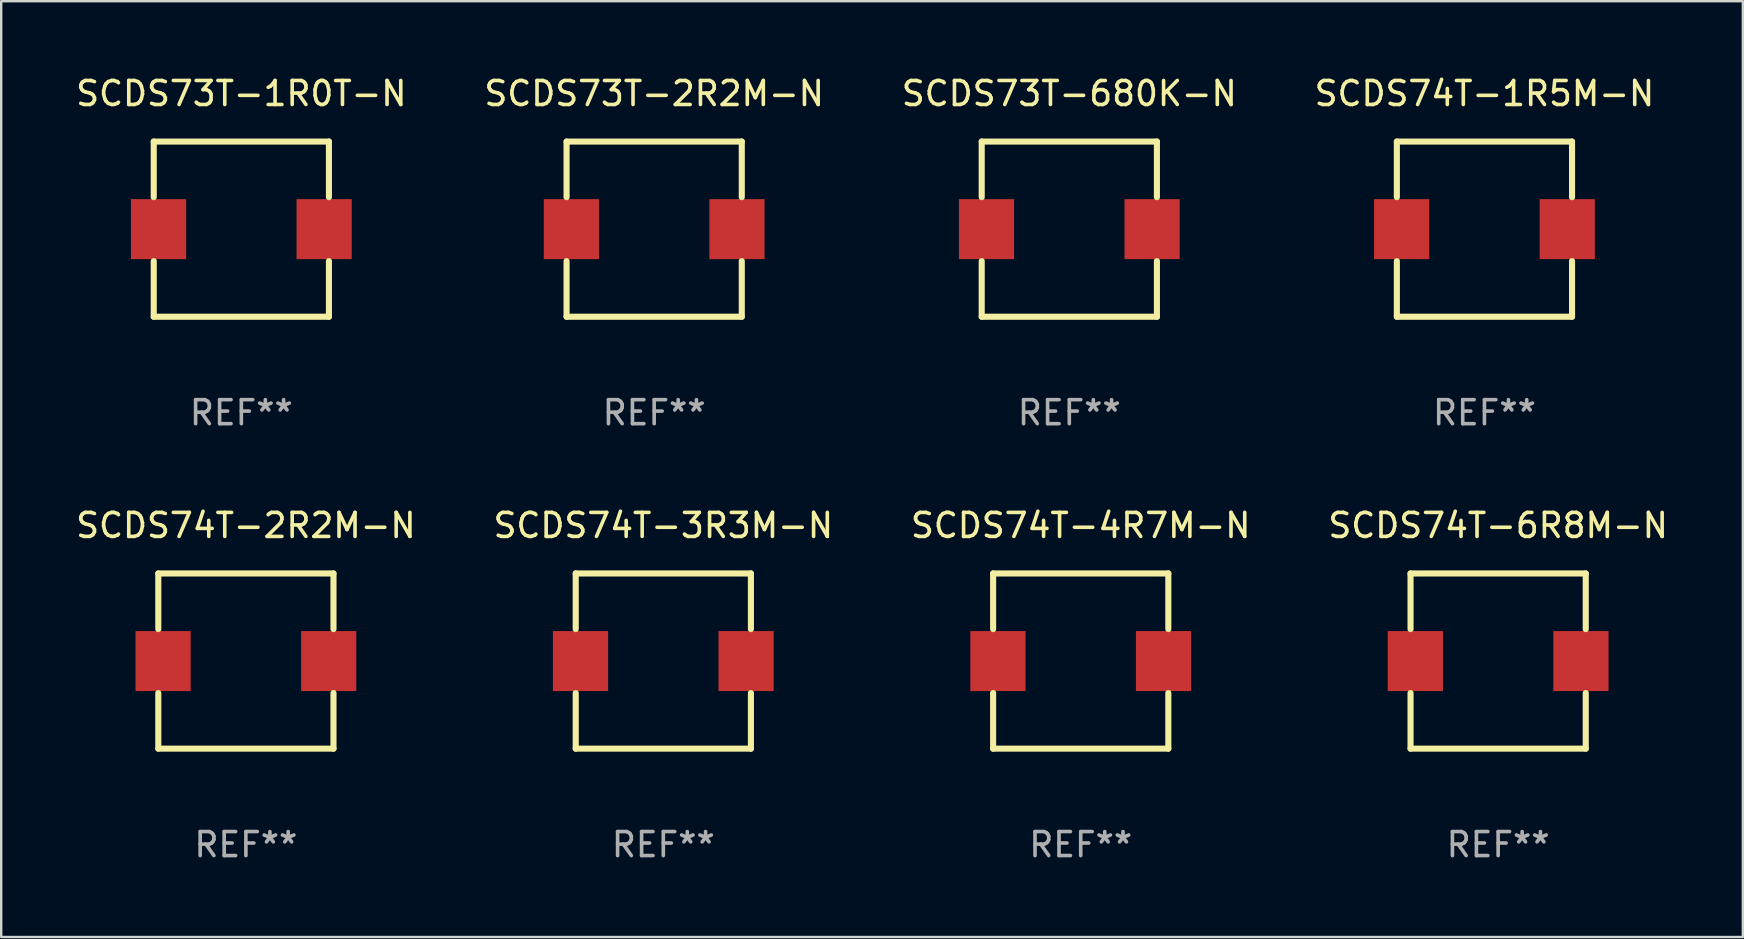
<source format=kicad_pcb>
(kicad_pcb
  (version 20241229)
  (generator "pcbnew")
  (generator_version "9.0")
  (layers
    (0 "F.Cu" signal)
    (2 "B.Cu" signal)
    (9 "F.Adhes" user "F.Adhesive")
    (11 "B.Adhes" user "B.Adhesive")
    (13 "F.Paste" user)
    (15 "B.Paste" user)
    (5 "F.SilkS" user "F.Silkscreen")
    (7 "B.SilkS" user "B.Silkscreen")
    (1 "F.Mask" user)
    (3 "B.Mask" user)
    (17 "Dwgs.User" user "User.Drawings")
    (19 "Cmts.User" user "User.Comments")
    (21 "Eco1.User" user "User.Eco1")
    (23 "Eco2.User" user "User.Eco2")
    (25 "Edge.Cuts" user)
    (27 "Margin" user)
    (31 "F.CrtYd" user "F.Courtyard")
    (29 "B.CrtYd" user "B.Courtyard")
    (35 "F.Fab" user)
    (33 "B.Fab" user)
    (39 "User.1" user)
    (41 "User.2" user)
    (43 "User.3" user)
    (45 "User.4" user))
  (footprint "SCDS73T-2R2M-N"
    (layer "F.Cu")
    (at 24.208 6.498)
    (property "Reference" "SCDS73T-2R2M-N" (at 0 -5.65 0) (layer "F.SilkS") (effects (font (size 1 1) (thickness 0.15))))
    (attr through_hole)
    (fp_line (start -3.65 -3.65) (end 3.65 -3.65) (stroke (width 0.254) (type solid)) (layer "F.SilkS"))
    (fp_line (start -3.65 -1.331) (end -3.65 -3.65) (stroke (width 0.254) (type solid)) (layer "F.SilkS"))
    (fp_line (start -3.65 3.65) (end -3.65 1.331) (stroke (width 0.254) (type solid)) (layer "F.SilkS"))
    (fp_line (start 3.65 -3.65) (end 3.65 -1.331) (stroke (width 0.254) (type solid)) (layer "F.SilkS"))
    (fp_line (start 3.65 1.331) (end 3.65 3.65) (stroke (width 0.254) (type solid)) (layer "F.SilkS"))
    (fp_line (start 3.65 3.65) (end -3.65 3.65) (stroke (width 0.254) (type solid)) (layer "F.SilkS"))
    (fp_circle (center -3.65 3.65) (end -3.62 3.65) (stroke (width 0.06) (type solid)) (fill no) (layer "F.SilkS"))
    (fp_text user "REF**" (at 0 7.65 0) (layer "F.Fab") (effects (font (size 1 1) (thickness 0.15))))
    (pad "1" smd rect (at -3.45 0) (size 2.3 2.5) (layers "F.Cu" "F.Mask" "F.Paste"))
    (pad "2" smd rect (at 3.45 0) (size 2.3 2.5) (layers "F.Cu" "F.Mask" "F.Paste")))
  (footprint "SCDS74T-1R5M-N"
    (layer "F.Cu")
    (at 58.804 6.498)
    (property "Reference" "SCDS74T-1R5M-N" (at 0 -5.65 0) (layer "F.SilkS") (effects (font (size 1 1) (thickness 0.15))))
    (attr through_hole)
    (fp_line (start -3.65 -3.65) (end 3.65 -3.65) (stroke (width 0.254) (type solid)) (layer "F.SilkS"))
    (fp_line (start -3.65 -1.331) (end -3.65 -3.65) (stroke (width 0.254) (type solid)) (layer "F.SilkS"))
    (fp_line (start -3.65 3.65) (end -3.65 1.331) (stroke (width 0.254) (type solid)) (layer "F.SilkS"))
    (fp_line (start 3.65 -3.65) (end 3.65 -1.331) (stroke (width 0.254) (type solid)) (layer "F.SilkS"))
    (fp_line (start 3.65 1.331) (end 3.65 3.65) (stroke (width 0.254) (type solid)) (layer "F.SilkS"))
    (fp_line (start 3.65 3.65) (end -3.65 3.65) (stroke (width 0.254) (type solid)) (layer "F.SilkS"))
    (fp_circle (center -3.65 3.65) (end -3.62 3.65) (stroke (width 0.06) (type solid)) (fill no) (layer "F.SilkS"))
    (fp_text user "REF**" (at 0 7.65 0) (layer "F.Fab") (effects (font (size 1 1) (thickness 0.15))))
    (pad "1" smd rect (at -3.45 0) (size 2.3 2.5) (layers "F.Cu" "F.Mask" "F.Paste"))
    (pad "2" smd rect (at 3.45 0) (size 2.3 2.5) (layers "F.Cu" "F.Mask" "F.Paste")))
  (footprint "SCDS74T-6R8M-N"
    (layer "F.Cu")
    (at 59.375 24.495)
    (property "Reference" "SCDS74T-6R8M-N" (at 0 -5.65 0) (layer "F.SilkS") (effects (font (size 1 1) (thickness 0.15))))
    (attr through_hole)
    (fp_line (start -3.65 -3.65) (end 3.65 -3.65) (stroke (width 0.254) (type solid)) (layer "F.SilkS"))
    (fp_line (start -3.65 -1.331) (end -3.65 -3.65) (stroke (width 0.254) (type solid)) (layer "F.SilkS"))
    (fp_line (start -3.65 3.65) (end -3.65 1.331) (stroke (width 0.254) (type solid)) (layer "F.SilkS"))
    (fp_line (start 3.65 -3.65) (end 3.65 -1.331) (stroke (width 0.254) (type solid)) (layer "F.SilkS"))
    (fp_line (start 3.65 1.331) (end 3.65 3.65) (stroke (width 0.254) (type solid)) (layer "F.SilkS"))
    (fp_line (start 3.65 3.65) (end -3.65 3.65) (stroke (width 0.254) (type solid)) (layer "F.SilkS"))
    (fp_circle (center -3.65 3.65) (end -3.62 3.65) (stroke (width 0.06) (type solid)) (fill no) (layer "F.SilkS"))
    (fp_text user "REF**" (at 0 7.65 0) (layer "F.Fab") (effects (font (size 1 1) (thickness 0.15))))
    (pad "1" smd rect (at -3.45 0) (size 2.3 2.5) (layers "F.Cu" "F.Mask" "F.Paste"))
    (pad "2" smd rect (at 3.45 0) (size 2.3 2.5) (layers "F.Cu" "F.Mask" "F.Paste")))
  (footprint "SCDS73T-680K-N"
    (layer "F.Cu")
    (at 41.506 6.498)
    (property "Reference" "SCDS73T-680K-N" (at 0 -5.65 0) (layer "F.SilkS") (effects (font (size 1 1) (thickness 0.15))))
    (attr through_hole)
    (fp_line (start -3.65 -3.65) (end 3.65 -3.65) (stroke (width 0.254) (type solid)) (layer "F.SilkS"))
    (fp_line (start -3.65 -1.331) (end -3.65 -3.65) (stroke (width 0.254) (type solid)) (layer "F.SilkS"))
    (fp_line (start -3.65 3.65) (end -3.65 1.331) (stroke (width 0.254) (type solid)) (layer "F.SilkS"))
    (fp_line (start 3.65 -3.65) (end 3.65 -1.331) (stroke (width 0.254) (type solid)) (layer "F.SilkS"))
    (fp_line (start 3.65 1.331) (end 3.65 3.65) (stroke (width 0.254) (type solid)) (layer "F.SilkS"))
    (fp_line (start 3.65 3.65) (end -3.65 3.65) (stroke (width 0.254) (type solid)) (layer "F.SilkS"))
    (fp_circle (center -3.65 3.65) (end -3.62 3.65) (stroke (width 0.06) (type solid)) (fill no) (layer "F.SilkS"))
    (fp_text user "REF**" (at 0 7.65 0) (layer "F.Fab") (effects (font (size 1 1) (thickness 0.15))))
    (pad "1" smd rect (at -3.45 0) (size 2.3 2.5) (layers "F.Cu" "F.Mask" "F.Paste"))
    (pad "2" smd rect (at 3.45 0) (size 2.3 2.5) (layers "F.Cu" "F.Mask" "F.Paste")))
  (footprint "SCDS74T-4R7M-N"
    (layer "F.Cu")
    (at 41.982 24.495)
    (property "Reference" "SCDS74T-4R7M-N" (at 0 -5.65 0) (layer "F.SilkS") (effects (font (size 1 1) (thickness 0.15))))
    (attr through_hole)
    (fp_line (start -3.65 -3.65) (end 3.65 -3.65) (stroke (width 0.254) (type solid)) (layer "F.SilkS"))
    (fp_line (start -3.65 -1.331) (end -3.65 -3.65) (stroke (width 0.254) (type solid)) (layer "F.SilkS"))
    (fp_line (start -3.65 3.65) (end -3.65 1.331) (stroke (width 0.254) (type solid)) (layer "F.SilkS"))
    (fp_line (start 3.65 -3.65) (end 3.65 -1.331) (stroke (width 0.254) (type solid)) (layer "F.SilkS"))
    (fp_line (start 3.65 1.331) (end 3.65 3.65) (stroke (width 0.254) (type solid)) (layer "F.SilkS"))
    (fp_line (start 3.65 3.65) (end -3.65 3.65) (stroke (width 0.254) (type solid)) (layer "F.SilkS"))
    (fp_circle (center -3.65 3.65) (end -3.62 3.65) (stroke (width 0.06) (type solid)) (fill no) (layer "F.SilkS"))
    (fp_text user "REF**" (at 0 7.65 0) (layer "F.Fab") (effects (font (size 1 1) (thickness 0.15))))
    (pad "1" smd rect (at -3.45 0) (size 2.3 2.5) (layers "F.Cu" "F.Mask" "F.Paste"))
    (pad "2" smd rect (at 3.45 0) (size 2.3 2.5) (layers "F.Cu" "F.Mask" "F.Paste")))
  (footprint "SCDS74T-2R2M-N"
    (layer "F.Cu")
    (at 7.196 24.495)
    (property "Reference" "SCDS74T-2R2M-N" (at 0 -5.65 0) (layer "F.SilkS") (effects (font (size 1 1) (thickness 0.15))))
    (attr through_hole)
    (fp_line (start -3.65 -3.65) (end 3.65 -3.65) (stroke (width 0.254) (type solid)) (layer "F.SilkS"))
    (fp_line (start -3.65 -1.331) (end -3.65 -3.65) (stroke (width 0.254) (type solid)) (layer "F.SilkS"))
    (fp_line (start -3.65 3.65) (end -3.65 1.331) (stroke (width 0.254) (type solid)) (layer "F.SilkS"))
    (fp_line (start 3.65 -3.65) (end 3.65 -1.331) (stroke (width 0.254) (type solid)) (layer "F.SilkS"))
    (fp_line (start 3.65 1.331) (end 3.65 3.65) (stroke (width 0.254) (type solid)) (layer "F.SilkS"))
    (fp_line (start 3.65 3.65) (end -3.65 3.65) (stroke (width 0.254) (type solid)) (layer "F.SilkS"))
    (fp_circle (center -3.65 3.65) (end -3.62 3.65) (stroke (width 0.06) (type solid)) (fill no) (layer "F.SilkS"))
    (fp_text user "REF**" (at 0 7.65 0) (layer "F.Fab") (effects (font (size 1 1) (thickness 0.15))))
    (pad "1" smd rect (at -3.45 0) (size 2.3 2.5) (layers "F.Cu" "F.Mask" "F.Paste"))
    (pad "2" smd rect (at 3.45 0) (size 2.3 2.5) (layers "F.Cu" "F.Mask" "F.Paste")))
  (footprint "SCDS73T-1R0T-N"
    (layer "F.Cu")
    (at 7.006 6.498)
    (property "Reference" "SCDS73T-1R0T-N" (at 0 -5.65 0) (layer "F.SilkS") (effects (font (size 1 1) (thickness 0.15))))
    (attr through_hole)
    (fp_line (start -3.65 -3.65) (end 3.65 -3.65) (stroke (width 0.254) (type solid)) (layer "F.SilkS"))
    (fp_line (start -3.65 -1.331) (end -3.65 -3.65) (stroke (width 0.254) (type solid)) (layer "F.SilkS"))
    (fp_line (start -3.65 3.65) (end -3.65 1.331) (stroke (width 0.254) (type solid)) (layer "F.SilkS"))
    (fp_line (start 3.65 -3.65) (end 3.65 -1.331) (stroke (width 0.254) (type solid)) (layer "F.SilkS"))
    (fp_line (start 3.65 1.331) (end 3.65 3.65) (stroke (width 0.254) (type solid)) (layer "F.SilkS"))
    (fp_line (start 3.65 3.65) (end -3.65 3.65) (stroke (width 0.254) (type solid)) (layer "F.SilkS"))
    (fp_circle (center -3.65 3.65) (end -3.62 3.65) (stroke (width 0.06) (type solid)) (fill no) (layer "F.SilkS"))
    (fp_text user "REF**" (at 0 7.65 0) (layer "F.Fab") (effects (font (size 1 1) (thickness 0.15))))
    (pad "1" smd rect (at -3.45 0) (size 2.3 2.5) (layers "F.Cu" "F.Mask" "F.Paste"))
    (pad "2" smd rect (at 3.45 0) (size 2.3 2.5) (layers "F.Cu" "F.Mask" "F.Paste")))
  (footprint "SCDS74T-3R3M-N"
    (layer "F.Cu")
    (at 24.589 24.495)
    (property "Reference" "SCDS74T-3R3M-N" (at 0 -5.65 0) (layer "F.SilkS") (effects (font (size 1 1) (thickness 0.15))))
    (attr through_hole)
    (fp_line (start -3.65 -3.65) (end 3.65 -3.65) (stroke (width 0.254) (type solid)) (layer "F.SilkS"))
    (fp_line (start -3.65 -1.331) (end -3.65 -3.65) (stroke (width 0.254) (type solid)) (layer "F.SilkS"))
    (fp_line (start -3.65 3.65) (end -3.65 1.331) (stroke (width 0.254) (type solid)) (layer "F.SilkS"))
    (fp_line (start 3.65 -3.65) (end 3.65 -1.331) (stroke (width 0.254) (type solid)) (layer "F.SilkS"))
    (fp_line (start 3.65 1.331) (end 3.65 3.65) (stroke (width 0.254) (type solid)) (layer "F.SilkS"))
    (fp_line (start 3.65 3.65) (end -3.65 3.65) (stroke (width 0.254) (type solid)) (layer "F.SilkS"))
    (fp_circle (center -3.65 3.65) (end -3.62 3.65) (stroke (width 0.06) (type solid)) (fill no) (layer "F.SilkS"))
    (fp_text user "REF**" (at 0 7.65 0) (layer "F.Fab") (effects (font (size 1 1) (thickness 0.15))))
    (pad "1" smd rect (at -3.45 0) (size 2.3 2.5) (layers "F.Cu" "F.Mask" "F.Paste"))
    (pad "2" smd rect (at 3.45 0) (size 2.3 2.5) (layers "F.Cu" "F.Mask" "F.Paste")))
  (gr_rect
    (start -3 -3)
    (end 69.571 35.993)
    (stroke (width 0.1) (type default))
    (fill no)
    (layer "Edge.Cuts")))
</source>
